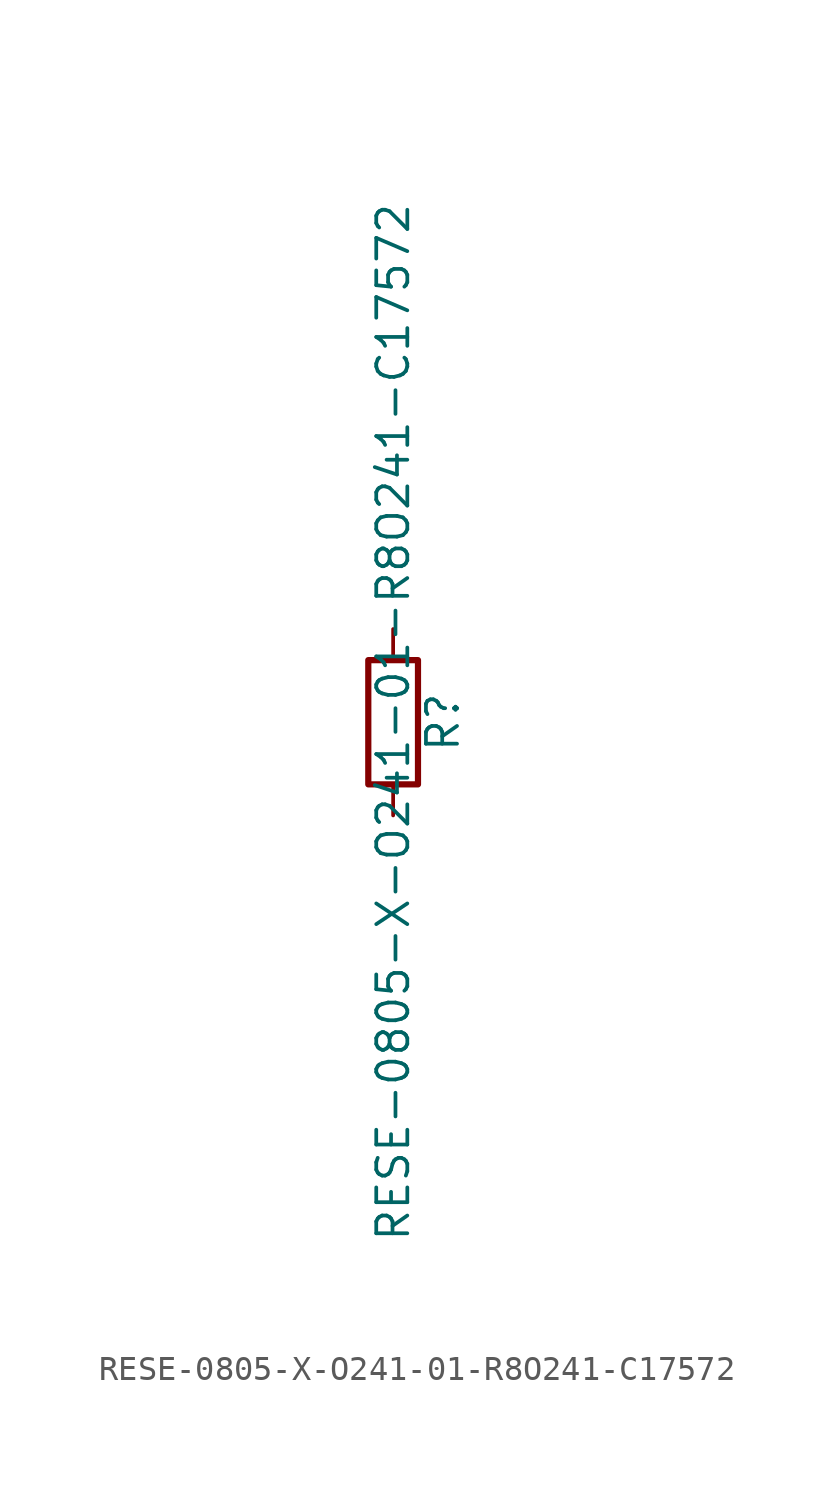
<source format=kicad_sym>
(kicad_symbol_lib
  (version 20211014)
  (generator kicad_symbol_editor)
  (symbol "RESE-0805-X-O241-01-R8O241-C17572"
    (pin_numbers hide)
    (pin_names
      (offset 0))
    (property "Reference" "R"
      (at 2.032 0 90)
      (effects (font (size 1.27 1.27))))
    (property "Value" "RESE-0805-X-O241-01-R8O241-C17572"
      (at 0 0 90)
      (effects (font (size 1.27 1.27))))
    (symbol "RESE-0805-X-O241-01-R8O241-C17572_0_1"
      (rectangle (start -1.016 -2.54) (end 1.016 2.54) (stroke (width 0.254) (type default) (color 0 0 0 0)) (fill (type none))))
    (symbol "RESE-0805-X-O241-01-R8O241-C17572_1_1"
      (pin passive line (at 0 3.81 270) (length 1.27) (name "~" (effects (font (size 1.27 1.27)))) (number "1" (effects (font (size 1.27 1.27)))))
      (pin passive line (at 0 -3.81 90) (length 1.27) (name "~" (effects (font (size 1.27 1.27)))) (number "2" (effects (font (size 1.27 1.27))))))))
</source>
